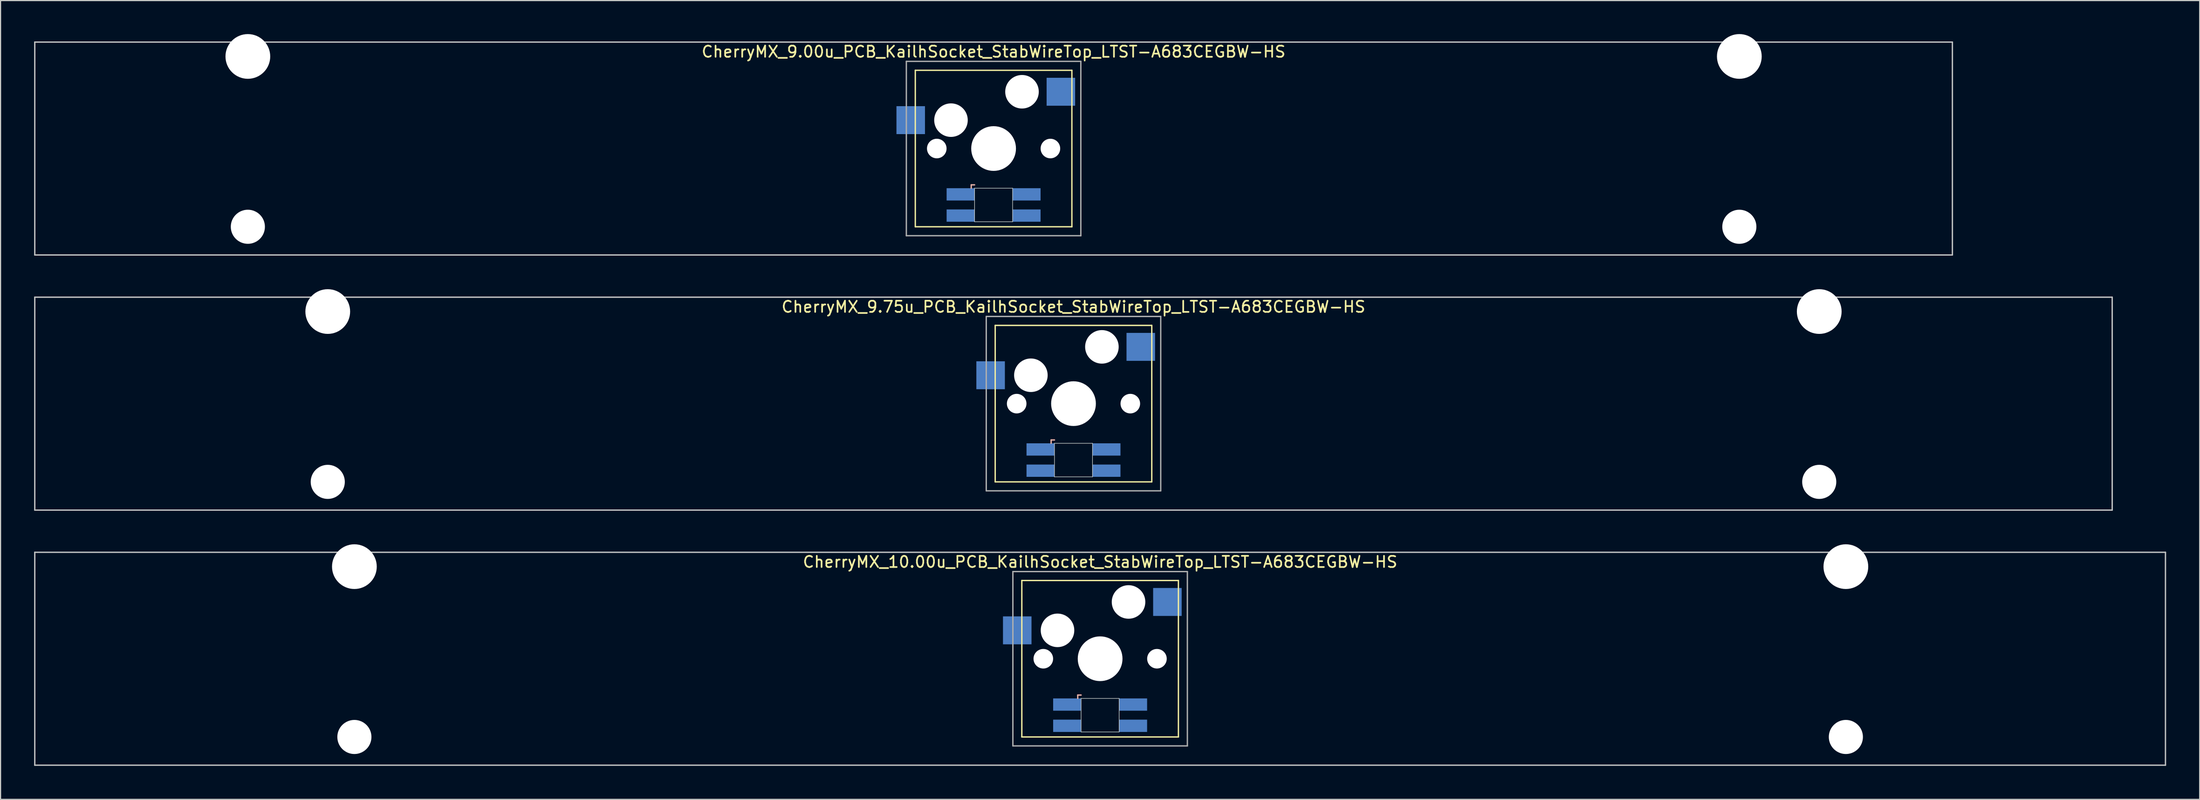
<source format=kicad_pcb>
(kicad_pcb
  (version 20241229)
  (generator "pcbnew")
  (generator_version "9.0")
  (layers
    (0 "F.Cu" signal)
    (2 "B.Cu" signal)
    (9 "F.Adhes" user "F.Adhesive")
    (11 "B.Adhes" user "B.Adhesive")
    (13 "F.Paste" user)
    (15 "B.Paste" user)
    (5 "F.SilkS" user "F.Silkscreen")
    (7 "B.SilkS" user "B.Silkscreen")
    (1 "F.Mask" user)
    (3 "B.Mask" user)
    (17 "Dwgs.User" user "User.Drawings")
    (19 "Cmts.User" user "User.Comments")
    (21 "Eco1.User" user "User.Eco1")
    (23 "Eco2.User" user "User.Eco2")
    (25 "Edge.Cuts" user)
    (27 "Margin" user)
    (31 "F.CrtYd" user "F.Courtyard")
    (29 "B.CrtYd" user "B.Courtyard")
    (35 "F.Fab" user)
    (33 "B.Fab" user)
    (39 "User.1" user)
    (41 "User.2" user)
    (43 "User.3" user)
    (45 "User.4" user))
  (footprint "CherryMX_9.75u_PCB_KailhSocket_StabWireTop_LTST-A683CEGBW-HS"
    (layer "F.Cu")
    (at 92.929 33.065)
    (property "Reference" "CherryMX_9.75u_PCB_KailhSocket_StabWireTop_LTST-A683CEGBW-HS" (at 0 -8.662 0) (layer "F.SilkS") (effects (font (size 1 1) (thickness 0.15))))
    (attr through_hole)
    (fp_line (start -7 -7) (end -7 7) (stroke (width 0.12) (type solid)) (layer "F.SilkS"))
    (fp_line (start -7 -7) (end 7 -7) (stroke (width 0.12) (type solid)) (layer "F.SilkS"))
    (fp_line (start 7 -7) (end 7 7) (stroke (width 0.12) (type solid)) (layer "F.SilkS"))
    (fp_line (start 7 7) (end -7 7) (stroke (width 0.12) (type solid)) (layer "F.SilkS"))
    (fp_line (start -2 3.25) (end -2 3.55) (stroke (width 0.12) (type solid)) (layer "B.SilkS"))
    (fp_line (start -1.7 3.25) (end -2 3.25) (stroke (width 0.12) (type solid)) (layer "B.SilkS"))
    (fp_line (start -92.869 -9.525) (end 92.869 -9.525) (stroke (width 0.12) (type solid)) (layer "Dwgs.User"))
    (fp_line (start -92.869 9.525) (end -92.869 -9.525) (stroke (width 0.12) (type solid)) (layer "Dwgs.User"))
    (fp_line (start 92.869 -9.525) (end 92.869 9.525) (stroke (width 0.12) (type solid)) (layer "Dwgs.User"))
    (fp_line (start 92.869 9.525) (end -92.869 9.525) (stroke (width 0.12) (type solid)) (layer "Dwgs.User"))
    (fp_line (start -1.7 3.55) (end 1.7 3.55) (stroke (width 0.05) (type solid)) (layer "Edge.Cuts"))
    (fp_line (start -1.7 6.55) (end -1.7 3.55) (stroke (width 0.05) (type solid)) (layer "Edge.Cuts"))
    (fp_line (start 1.7 3.55) (end 1.7 6.55) (stroke (width 0.05) (type solid)) (layer "Edge.Cuts"))
    (fp_line (start 1.7 6.55) (end -1.7 6.55) (stroke (width 0.05) (type solid)) (layer "Edge.Cuts"))
    (fp_line (start -7.8 -7.8) (end -7.8 7.8) (stroke (width 0.12) (type solid)) (layer "F.Fab"))
    (fp_line (start -7.8 -7.8) (end 7.8 -7.8) (stroke (width 0.12) (type solid)) (layer "F.Fab"))
    (fp_line (start -7.8 7.8) (end 7.8 7.8) (stroke (width 0.12) (type solid)) (layer "F.Fab"))
    (fp_line (start 7.8 -7.8) (end 7.8 7.8) (stroke (width 0.12) (type solid)) (layer "F.Fab"))
    (pad "" np_thru_hole circle (at -66.675 -8.24) (size 4 4) (drill 4) (layers "*.Cu" "*.Mask"))
    (pad "" np_thru_hole circle (at -66.675 7) (size 3.05 3.05) (drill 3.05) (layers "*.Cu" "*.Mask"))
    (pad "" np_thru_hole circle (at -5.08 0) (size 1.75 1.75) (drill 1.75) (layers "*.Cu" "*.Mask"))
    (pad "" np_thru_hole circle (at -3.81 -2.54) (size 3 3) (drill 3) (layers "*.Cu" "*.Mask"))
    (pad "" np_thru_hole circle (at 0 0) (size 4 4) (drill 4) (layers "*.Cu" "*.Mask"))
    (pad "" np_thru_hole circle (at 2.54 -5.08) (size 3 3) (drill 3) (layers "*.Cu" "*.Mask"))
    (pad "" np_thru_hole circle (at 5.08 0) (size 1.75 1.75) (drill 1.75) (layers "*.Cu" "*.Mask"))
    (pad "" np_thru_hole circle (at 66.675 -8.24) (size 4 4) (drill 4) (layers "*.Cu" "*.Mask"))
    (pad "" np_thru_hole circle (at 66.675 7) (size 3.05 3.05) (drill 3.05) (layers "*.Cu" "*.Mask"))
    (pad "1" smd rect (at -7.41 -2.54) (size 2.55 2.5) (layers "B.Cu" "B.Mask" "B.Paste"))
    (pad "2" smd rect (at 6.015 -5.08) (size 2.55 2.5) (layers "B.Cu" "B.Mask" "B.Paste"))
    (pad "3" smd rect (at -2.95 4.1) (size 2.5 1.1) (layers "B.Cu" "B.Mask" "B.Paste"))
    (pad "4" smd rect (at -2.95 6) (size 2.5 1.1) (layers "B.Cu" "B.Mask" "B.Paste"))
    (pad "5" smd rect (at 2.95 4.1) (size 2.5 1.1) (layers "B.Cu" "B.Mask" "B.Paste"))
    (pad "6" smd rect (at 2.95 6) (size 2.5 1.1) (layers "B.Cu" "B.Mask" "B.Paste")))
  (footprint "CherryMX_9.00u_PCB_KailhSocket_StabWireTop_LTST-A683CEGBW-HS"
    (layer "F.Cu")
    (at 85.785 10.24)
    (property "Reference" "CherryMX_9.00u_PCB_KailhSocket_StabWireTop_LTST-A683CEGBW-HS" (at 0 -8.662 0) (layer "F.SilkS") (effects (font (size 1 1) (thickness 0.15))))
    (attr through_hole)
    (fp_line (start -7 -7) (end -7 7) (stroke (width 0.12) (type solid)) (layer "F.SilkS"))
    (fp_line (start -7 -7) (end 7 -7) (stroke (width 0.12) (type solid)) (layer "F.SilkS"))
    (fp_line (start 7 -7) (end 7 7) (stroke (width 0.12) (type solid)) (layer "F.SilkS"))
    (fp_line (start 7 7) (end -7 7) (stroke (width 0.12) (type solid)) (layer "F.SilkS"))
    (fp_line (start -2 3.25) (end -2 3.55) (stroke (width 0.12) (type solid)) (layer "B.SilkS"))
    (fp_line (start -1.7 3.25) (end -2 3.25) (stroke (width 0.12) (type solid)) (layer "B.SilkS"))
    (fp_line (start -85.725 -9.525) (end 85.725 -9.525) (stroke (width 0.12) (type solid)) (layer "Dwgs.User"))
    (fp_line (start -85.725 9.525) (end -85.725 -9.525) (stroke (width 0.12) (type solid)) (layer "Dwgs.User"))
    (fp_line (start 85.725 -9.525) (end 85.725 9.525) (stroke (width 0.12) (type solid)) (layer "Dwgs.User"))
    (fp_line (start 85.725 9.525) (end -85.725 9.525) (stroke (width 0.12) (type solid)) (layer "Dwgs.User"))
    (fp_line (start -1.7 3.55) (end 1.7 3.55) (stroke (width 0.05) (type solid)) (layer "Edge.Cuts"))
    (fp_line (start -1.7 6.55) (end -1.7 3.55) (stroke (width 0.05) (type solid)) (layer "Edge.Cuts"))
    (fp_line (start 1.7 3.55) (end 1.7 6.55) (stroke (width 0.05) (type solid)) (layer "Edge.Cuts"))
    (fp_line (start 1.7 6.55) (end -1.7 6.55) (stroke (width 0.05) (type solid)) (layer "Edge.Cuts"))
    (fp_line (start -7.8 -7.8) (end -7.8 7.8) (stroke (width 0.12) (type solid)) (layer "F.Fab"))
    (fp_line (start -7.8 -7.8) (end 7.8 -7.8) (stroke (width 0.12) (type solid)) (layer "F.Fab"))
    (fp_line (start -7.8 7.8) (end 7.8 7.8) (stroke (width 0.12) (type solid)) (layer "F.Fab"))
    (fp_line (start 7.8 -7.8) (end 7.8 7.8) (stroke (width 0.12) (type solid)) (layer "F.Fab"))
    (pad "" np_thru_hole circle (at -66.675 -8.24) (size 4 4) (drill 4) (layers "*.Cu" "*.Mask"))
    (pad "" np_thru_hole circle (at -66.675 7) (size 3.05 3.05) (drill 3.05) (layers "*.Cu" "*.Mask"))
    (pad "" np_thru_hole circle (at -5.08 0) (size 1.75 1.75) (drill 1.75) (layers "*.Cu" "*.Mask"))
    (pad "" np_thru_hole circle (at -3.81 -2.54) (size 3 3) (drill 3) (layers "*.Cu" "*.Mask"))
    (pad "" np_thru_hole circle (at 0 0) (size 4 4) (drill 4) (layers "*.Cu" "*.Mask"))
    (pad "" np_thru_hole circle (at 2.54 -5.08) (size 3 3) (drill 3) (layers "*.Cu" "*.Mask"))
    (pad "" np_thru_hole circle (at 5.08 0) (size 1.75 1.75) (drill 1.75) (layers "*.Cu" "*.Mask"))
    (pad "" np_thru_hole circle (at 66.675 -8.24) (size 4 4) (drill 4) (layers "*.Cu" "*.Mask"))
    (pad "" np_thru_hole circle (at 66.675 7) (size 3.05 3.05) (drill 3.05) (layers "*.Cu" "*.Mask"))
    (pad "1" smd rect (at -7.41 -2.54) (size 2.55 2.5) (layers "B.Cu" "B.Mask" "B.Paste"))
    (pad "2" smd rect (at 6.015 -5.08) (size 2.55 2.5) (layers "B.Cu" "B.Mask" "B.Paste"))
    (pad "3" smd rect (at -2.95 4.1) (size 2.5 1.1) (layers "B.Cu" "B.Mask" "B.Paste"))
    (pad "4" smd rect (at -2.95 6) (size 2.5 1.1) (layers "B.Cu" "B.Mask" "B.Paste"))
    (pad "5" smd rect (at 2.95 4.1) (size 2.5 1.1) (layers "B.Cu" "B.Mask" "B.Paste"))
    (pad "6" smd rect (at 2.95 6) (size 2.5 1.1) (layers "B.Cu" "B.Mask" "B.Paste")))
  (footprint "CherryMX_10.00u_PCB_KailhSocket_StabWireTop_LTST-A683CEGBW-HS"
    (layer "F.Cu")
    (at 95.31 55.89)
    (property "Reference" "CherryMX_10.00u_PCB_KailhSocket_StabWireTop_LTST-A683CEGBW-HS" (at 0 -8.662 0) (layer "F.SilkS") (effects (font (size 1 1) (thickness 0.15))))
    (attr through_hole)
    (fp_line (start -7 -7) (end -7 7) (stroke (width 0.12) (type solid)) (layer "F.SilkS"))
    (fp_line (start -7 -7) (end 7 -7) (stroke (width 0.12) (type solid)) (layer "F.SilkS"))
    (fp_line (start 7 -7) (end 7 7) (stroke (width 0.12) (type solid)) (layer "F.SilkS"))
    (fp_line (start 7 7) (end -7 7) (stroke (width 0.12) (type solid)) (layer "F.SilkS"))
    (fp_line (start -2 3.25) (end -2 3.55) (stroke (width 0.12) (type solid)) (layer "B.SilkS"))
    (fp_line (start -1.7 3.25) (end -2 3.25) (stroke (width 0.12) (type solid)) (layer "B.SilkS"))
    (fp_line (start -95.25 -9.525) (end 95.25 -9.525) (stroke (width 0.12) (type solid)) (layer "Dwgs.User"))
    (fp_line (start -95.25 9.525) (end -95.25 -9.525) (stroke (width 0.12) (type solid)) (layer "Dwgs.User"))
    (fp_line (start 95.25 -9.525) (end 95.25 9.525) (stroke (width 0.12) (type solid)) (layer "Dwgs.User"))
    (fp_line (start 95.25 9.525) (end -95.25 9.525) (stroke (width 0.12) (type solid)) (layer "Dwgs.User"))
    (fp_line (start -1.7 3.55) (end 1.7 3.55) (stroke (width 0.05) (type solid)) (layer "Edge.Cuts"))
    (fp_line (start -1.7 6.55) (end -1.7 3.55) (stroke (width 0.05) (type solid)) (layer "Edge.Cuts"))
    (fp_line (start 1.7 3.55) (end 1.7 6.55) (stroke (width 0.05) (type solid)) (layer "Edge.Cuts"))
    (fp_line (start 1.7 6.55) (end -1.7 6.55) (stroke (width 0.05) (type solid)) (layer "Edge.Cuts"))
    (fp_line (start -7.8 -7.8) (end -7.8 7.8) (stroke (width 0.12) (type solid)) (layer "F.Fab"))
    (fp_line (start -7.8 -7.8) (end 7.8 -7.8) (stroke (width 0.12) (type solid)) (layer "F.Fab"))
    (fp_line (start -7.8 7.8) (end 7.8 7.8) (stroke (width 0.12) (type solid)) (layer "F.Fab"))
    (fp_line (start 7.8 -7.8) (end 7.8 7.8) (stroke (width 0.12) (type solid)) (layer "F.Fab"))
    (pad "" np_thru_hole circle (at -66.675 -8.24) (size 4 4) (drill 4) (layers "*.Cu" "*.Mask"))
    (pad "" np_thru_hole circle (at -66.675 7) (size 3.05 3.05) (drill 3.05) (layers "*.Cu" "*.Mask"))
    (pad "" np_thru_hole circle (at -5.08 0) (size 1.75 1.75) (drill 1.75) (layers "*.Cu" "*.Mask"))
    (pad "" np_thru_hole circle (at -3.81 -2.54) (size 3 3) (drill 3) (layers "*.Cu" "*.Mask"))
    (pad "" np_thru_hole circle (at 0 0) (size 4 4) (drill 4) (layers "*.Cu" "*.Mask"))
    (pad "" np_thru_hole circle (at 2.54 -5.08) (size 3 3) (drill 3) (layers "*.Cu" "*.Mask"))
    (pad "" np_thru_hole circle (at 5.08 0) (size 1.75 1.75) (drill 1.75) (layers "*.Cu" "*.Mask"))
    (pad "" np_thru_hole circle (at 66.675 -8.24) (size 4 4) (drill 4) (layers "*.Cu" "*.Mask"))
    (pad "" np_thru_hole circle (at 66.675 7) (size 3.05 3.05) (drill 3.05) (layers "*.Cu" "*.Mask"))
    (pad "1" smd rect (at -7.41 -2.54) (size 2.55 2.5) (layers "B.Cu" "B.Mask" "B.Paste"))
    (pad "2" smd rect (at 6.015 -5.08) (size 2.55 2.5) (layers "B.Cu" "B.Mask" "B.Paste"))
    (pad "3" smd rect (at -2.95 4.1) (size 2.5 1.1) (layers "B.Cu" "B.Mask" "B.Paste"))
    (pad "4" smd rect (at -2.95 6) (size 2.5 1.1) (layers "B.Cu" "B.Mask" "B.Paste"))
    (pad "5" smd rect (at 2.95 4.1) (size 2.5 1.1) (layers "B.Cu" "B.Mask" "B.Paste"))
    (pad "6" smd rect (at 2.95 6) (size 2.5 1.1) (layers "B.Cu" "B.Mask" "B.Paste")))
  (gr_rect
    (start -3 -3)
    (end 193.62 68.475)
    (stroke (width 0.1) (type default))
    (fill no)
    (layer "Edge.Cuts")))
</source>
